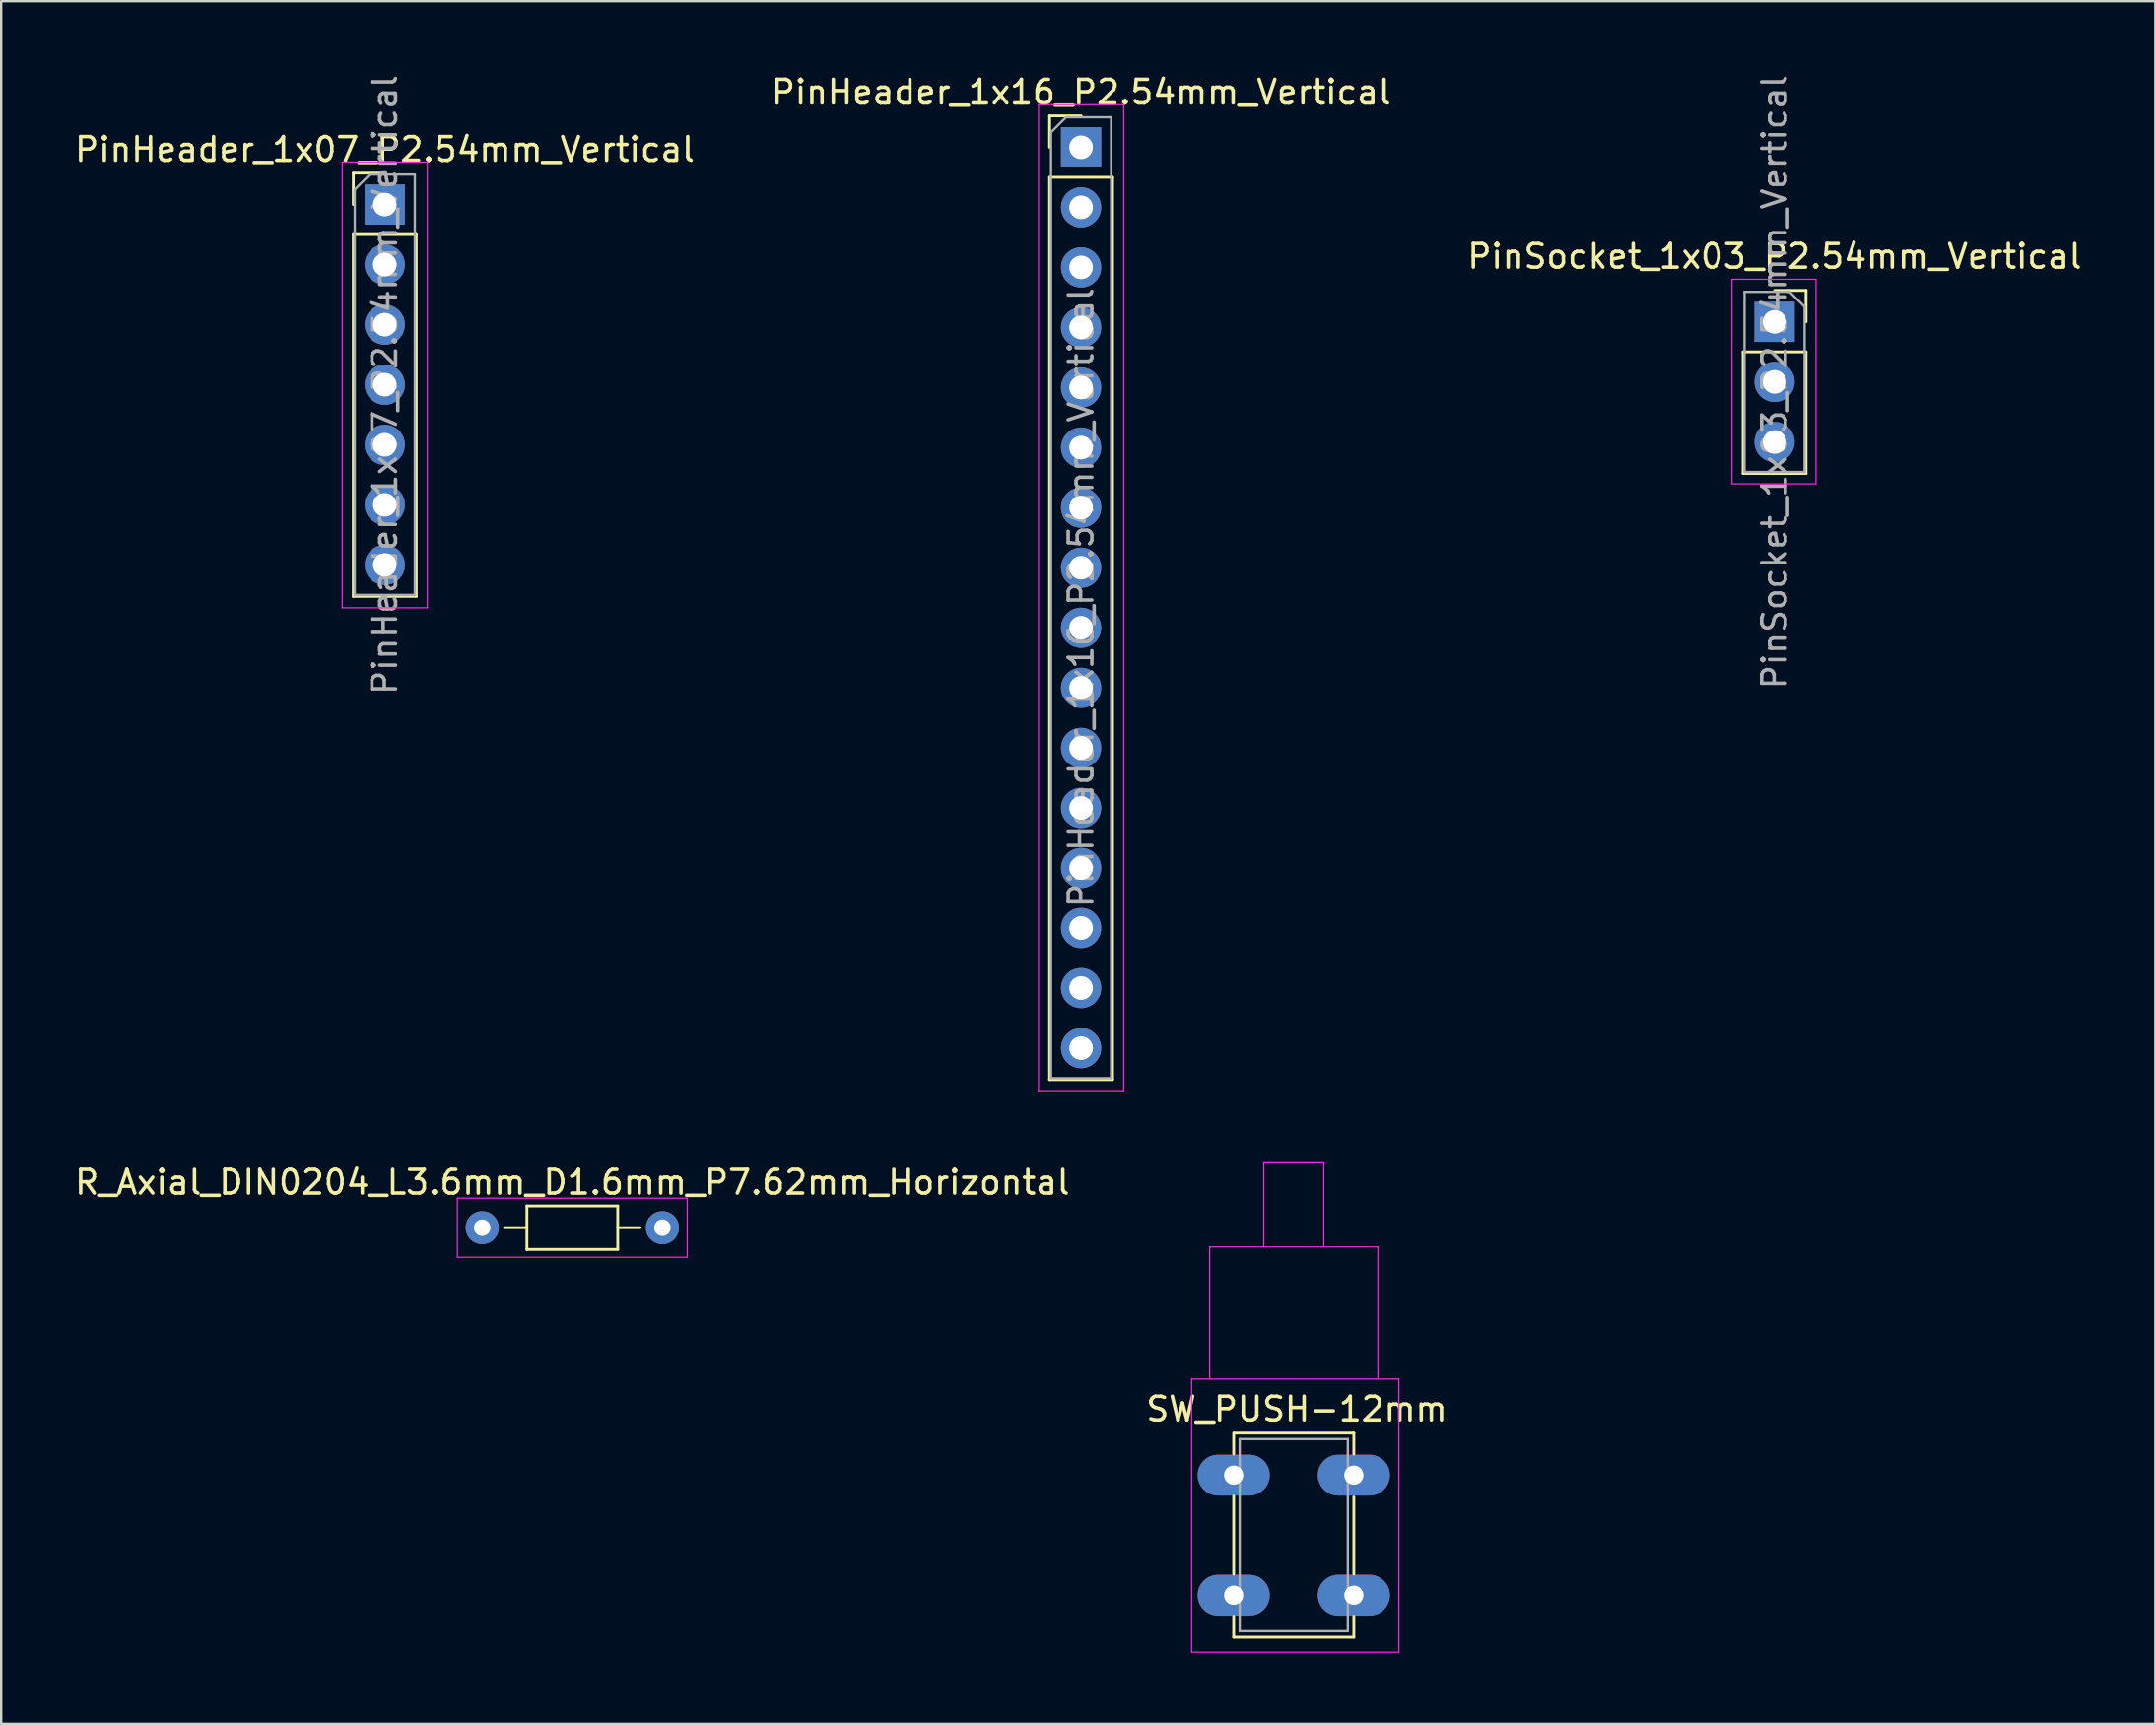
<source format=kicad_pcb>
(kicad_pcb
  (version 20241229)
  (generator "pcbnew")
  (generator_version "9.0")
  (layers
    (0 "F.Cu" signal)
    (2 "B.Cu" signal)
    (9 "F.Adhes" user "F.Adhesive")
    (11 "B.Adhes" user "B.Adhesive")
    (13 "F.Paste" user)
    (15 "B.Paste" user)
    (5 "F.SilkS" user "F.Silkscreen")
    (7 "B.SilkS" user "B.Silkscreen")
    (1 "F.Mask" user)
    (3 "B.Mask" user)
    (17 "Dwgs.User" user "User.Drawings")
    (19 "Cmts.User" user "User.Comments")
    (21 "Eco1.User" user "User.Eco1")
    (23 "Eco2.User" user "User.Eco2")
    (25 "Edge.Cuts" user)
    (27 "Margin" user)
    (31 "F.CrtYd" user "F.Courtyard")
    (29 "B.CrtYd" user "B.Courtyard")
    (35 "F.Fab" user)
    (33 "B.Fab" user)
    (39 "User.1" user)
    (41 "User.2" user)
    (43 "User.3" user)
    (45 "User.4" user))
  (footprint "SW_PUSH-12mm"
    (layer "F.Cu")
    (at 49.113 59.337)
    (property "Reference" "SW_PUSH-12mm" (at 2.667 -2.794 0) (layer "F.SilkS") (effects (font (size 1 1) (thickness 0.15))))
    (attr through_hole)
    (fp_line (start 0 -0.889) (end 0 -1.778) (stroke (width 0.12) (type solid)) (layer "F.SilkS"))
    (fp_line (start 0 4.191) (end 0 0.889) (stroke (width 0.12) (type solid)) (layer "F.SilkS"))
    (fp_line (start 0 6.858) (end 0 5.969) (stroke (width 0.12) (type solid)) (layer "F.SilkS"))
    (fp_line (start 0.019 -1.778) (end 5.08 -1.778) (stroke (width 0.12) (type solid)) (layer "F.SilkS"))
    (fp_line (start 5.08 -1.778) (end 5.08 -0.889) (stroke (width 0.12) (type solid)) (layer "F.SilkS"))
    (fp_line (start 5.08 0.924) (end 5.08 4.191) (stroke (width 0.12) (type solid)) (layer "F.SilkS"))
    (fp_line (start 5.08 5.969) (end 5.08 6.858) (stroke (width 0.12) (type solid)) (layer "F.SilkS"))
    (fp_line (start 5.08 6.858) (end 0 6.858) (stroke (width 0.12) (type solid)) (layer "F.SilkS"))
    (fp_line (start -1.778 -4.064) (end -1.778 7.493) (stroke (width 0.05) (type solid)) (layer "F.CrtYd"))
    (fp_line (start -1.778 -4.064) (end 6.985 -4.064) (stroke (width 0.051) (type solid)) (layer "F.CrtYd"))
    (fp_line (start -1.016 -9.652) (end 6.096 -9.652) (stroke (width 0.051) (type solid)) (layer "F.CrtYd"))
    (fp_line (start -1.016 -4.064) (end -1.016 -9.652) (stroke (width 0.051) (type solid)) (layer "F.CrtYd"))
    (fp_line (start 1.27 -13.208) (end 3.81 -13.208) (stroke (width 0.051) (type solid)) (layer "F.CrtYd"))
    (fp_line (start 1.27 -9.652) (end 1.27 -13.208) (stroke (width 0.051) (type solid)) (layer "F.CrtYd"))
    (fp_line (start 3.81 -13.208) (end 3.81 -9.652) (stroke (width 0.051) (type solid)) (layer "F.CrtYd"))
    (fp_line (start 6.096 -4.064) (end 6.096 -9.652) (stroke (width 0.051) (type solid)) (layer "F.CrtYd"))
    (fp_line (start 6.985 7.493) (end -1.778 7.493) (stroke (width 0.05) (type solid)) (layer "F.CrtYd"))
    (fp_line (start 6.985 7.493) (end 6.985 -4.064) (stroke (width 0.05) (type solid)) (layer "F.CrtYd"))
    (fp_line (start 0.254 -1.524) (end 0.254 6.604) (stroke (width 0.1) (type solid)) (layer "F.Fab"))
    (fp_line (start 0.254 -1.524) (end 4.826 -1.524) (stroke (width 0.1) (type solid)) (layer "F.Fab"))
    (fp_line (start 0.254 6.604) (end 4.826 6.604) (stroke (width 0.1) (type solid)) (layer "F.Fab"))
    (fp_line (start 4.826 -1.524) (end 4.826 6.604) (stroke (width 0.1) (type solid)) (layer "F.Fab"))
    (pad "1" thru_hole oval (at 0 0) (size 3.048 1.727) (drill 0.813) (layers "*.Cu" "*.Mask"))
    (pad "1" thru_hole oval (at 5.08 0) (size 3.048 1.727) (drill 0.813) (layers "*.Cu" "*.Mask"))
    (pad "2" thru_hole oval (at 0 5.08) (size 3.048 1.727) (drill 0.813) (layers "*.Cu" "*.Mask"))
    (pad "2" thru_hole oval (at 5.08 5.08) (size 3.048 1.727) (drill 0.813) (layers "*.Cu" "*.Mask")))
  (footprint "PinHeader_1x07_P2.54mm_Vertical"
    (layer "F.Cu")
    (at 13.22 5.6)
    (property "Reference" "PinHeader_1x07_P2.54mm_Vertical" (at 0 -2.33 0) (layer "F.SilkS") (effects (font (size 1 1) (thickness 0.15))))
    (attr through_hole)
    (fp_line (start -1.33 -1.33) (end 0 -1.33) (stroke (width 0.12) (type solid)) (layer "F.SilkS"))
    (fp_line (start -1.33 0) (end -1.33 -1.33) (stroke (width 0.12) (type solid)) (layer "F.SilkS"))
    (fp_line (start -1.33 1.27) (end -1.33 16.57) (stroke (width 0.12) (type solid)) (layer "F.SilkS"))
    (fp_line (start -1.33 1.27) (end 1.33 1.27) (stroke (width 0.12) (type solid)) (layer "F.SilkS"))
    (fp_line (start -1.33 16.57) (end 1.33 16.57) (stroke (width 0.12) (type solid)) (layer "F.SilkS"))
    (fp_line (start 1.33 1.27) (end 1.33 16.57) (stroke (width 0.12) (type solid)) (layer "F.SilkS"))
    (fp_line (start -1.8 -1.8) (end -1.8 17.05) (stroke (width 0.05) (type solid)) (layer "F.CrtYd"))
    (fp_line (start -1.8 17.05) (end 1.8 17.05) (stroke (width 0.05) (type solid)) (layer "F.CrtYd"))
    (fp_line (start 1.8 -1.8) (end -1.8 -1.8) (stroke (width 0.05) (type solid)) (layer "F.CrtYd"))
    (fp_line (start 1.8 17.05) (end 1.8 -1.8) (stroke (width 0.05) (type solid)) (layer "F.CrtYd"))
    (fp_line (start -1.27 -0.635) (end -0.635 -1.27) (stroke (width 0.1) (type solid)) (layer "F.Fab"))
    (fp_line (start -1.27 16.51) (end -1.27 -0.635) (stroke (width 0.1) (type solid)) (layer "F.Fab"))
    (fp_line (start -0.635 -1.27) (end 1.27 -1.27) (stroke (width 0.1) (type solid)) (layer "F.Fab"))
    (fp_line (start 1.27 -1.27) (end 1.27 16.51) (stroke (width 0.1) (type solid)) (layer "F.Fab"))
    (fp_line (start 1.27 16.51) (end -1.27 16.51) (stroke (width 0.1) (type solid)) (layer "F.Fab"))
    (fp_text user "${REFERENCE}" (at 0 7.62 90) (layer "F.Fab") (effects (font (size 1 1) (thickness 0.15))))
    (pad "1" thru_hole rect (at 0 0) (size 1.7 1.7) (drill 1) (layers "*.Cu" "*.Mask"))
    (pad "2" thru_hole oval (at 0 2.54) (size 1.7 1.7) (drill 1) (layers "*.Cu" "*.Mask"))
    (pad "3" thru_hole oval (at 0 5.08) (size 1.7 1.7) (drill 1) (layers "*.Cu" "*.Mask"))
    (pad "4" thru_hole oval (at 0 7.62) (size 1.7 1.7) (drill 1) (layers "*.Cu" "*.Mask"))
    (pad "5" thru_hole oval (at 0 10.16) (size 1.7 1.7) (drill 1) (layers "*.Cu" "*.Mask"))
    (pad "6" thru_hole oval (at 0 12.7) (size 1.7 1.7) (drill 1) (layers "*.Cu" "*.Mask"))
    (pad "7" thru_hole oval (at 0 15.24) (size 1.7 1.7) (drill 1) (layers "*.Cu" "*.Mask")))
  (footprint "PinHeader_1x16_P2.54mm_Vertical"
    (layer "F.Cu")
    (at 42.661 3.178)
    (property "Reference" "PinHeader_1x16_P2.54mm_Vertical" (at 0 -2.33 0) (layer "F.SilkS") (effects (font (size 1 1) (thickness 0.15))))
    (attr through_hole)
    (fp_line (start -1.33 -1.33) (end 0 -1.33) (stroke (width 0.12) (type solid)) (layer "F.SilkS"))
    (fp_line (start -1.33 0) (end -1.33 -1.33) (stroke (width 0.12) (type solid)) (layer "F.SilkS"))
    (fp_line (start -1.33 1.27) (end -1.33 39.43) (stroke (width 0.12) (type solid)) (layer "F.SilkS"))
    (fp_line (start -1.33 1.27) (end 1.33 1.27) (stroke (width 0.12) (type solid)) (layer "F.SilkS"))
    (fp_line (start -1.33 39.43) (end 1.33 39.43) (stroke (width 0.12) (type solid)) (layer "F.SilkS"))
    (fp_line (start 1.33 1.27) (end 1.33 39.43) (stroke (width 0.12) (type solid)) (layer "F.SilkS"))
    (fp_line (start -1.8 -1.8) (end -1.8 39.9) (stroke (width 0.05) (type solid)) (layer "F.CrtYd"))
    (fp_line (start -1.8 39.9) (end 1.8 39.9) (stroke (width 0.05) (type solid)) (layer "F.CrtYd"))
    (fp_line (start 1.8 -1.8) (end -1.8 -1.8) (stroke (width 0.05) (type solid)) (layer "F.CrtYd"))
    (fp_line (start 1.8 39.9) (end 1.8 -1.8) (stroke (width 0.05) (type solid)) (layer "F.CrtYd"))
    (fp_line (start -1.27 -0.635) (end -0.635 -1.27) (stroke (width 0.1) (type solid)) (layer "F.Fab"))
    (fp_line (start -1.27 39.37) (end -1.27 -0.635) (stroke (width 0.1) (type solid)) (layer "F.Fab"))
    (fp_line (start -0.635 -1.27) (end 1.27 -1.27) (stroke (width 0.1) (type solid)) (layer "F.Fab"))
    (fp_line (start 1.27 -1.27) (end 1.27 39.37) (stroke (width 0.1) (type solid)) (layer "F.Fab"))
    (fp_line (start 1.27 39.37) (end -1.27 39.37) (stroke (width 0.1) (type solid)) (layer "F.Fab"))
    (fp_text user "${REFERENCE}" (at 0 19.05 90) (layer "F.Fab") (effects (font (size 1 1) (thickness 0.15))))
    (pad "1" thru_hole rect (at 0 0) (size 1.7 1.7) (drill 1) (layers "*.Cu" "*.Mask"))
    (pad "2" thru_hole oval (at 0 2.54) (size 1.7 1.7) (drill 1) (layers "*.Cu" "*.Mask"))
    (pad "3" thru_hole oval (at 0 5.08) (size 1.7 1.7) (drill 1) (layers "*.Cu" "*.Mask"))
    (pad "4" thru_hole oval (at 0 7.62) (size 1.7 1.7) (drill 1) (layers "*.Cu" "*.Mask"))
    (pad "5" thru_hole oval (at 0 10.16) (size 1.7 1.7) (drill 1) (layers "*.Cu" "*.Mask"))
    (pad "6" thru_hole oval (at 0 12.7) (size 1.7 1.7) (drill 1) (layers "*.Cu" "*.Mask"))
    (pad "7" thru_hole oval (at 0 15.24) (size 1.7 1.7) (drill 1) (layers "*.Cu" "*.Mask"))
    (pad "8" thru_hole oval (at 0 17.78) (size 1.7 1.7) (drill 1) (layers "*.Cu" "*.Mask"))
    (pad "9" thru_hole oval (at 0 20.32) (size 1.7 1.7) (drill 1) (layers "*.Cu" "*.Mask"))
    (pad "10" thru_hole oval (at 0 22.86) (size 1.7 1.7) (drill 1) (layers "*.Cu" "*.Mask"))
    (pad "11" thru_hole oval (at 0 25.4) (size 1.7 1.7) (drill 1) (layers "*.Cu" "*.Mask"))
    (pad "12" thru_hole oval (at 0 27.94) (size 1.7 1.7) (drill 1) (layers "*.Cu" "*.Mask"))
    (pad "13" thru_hole oval (at 0 30.48) (size 1.7 1.7) (drill 1) (layers "*.Cu" "*.Mask"))
    (pad "14" thru_hole oval (at 0 33.02) (size 1.7 1.7) (drill 1) (layers "*.Cu" "*.Mask"))
    (pad "15" thru_hole oval (at 0 35.56) (size 1.7 1.7) (drill 1) (layers "*.Cu" "*.Mask"))
    (pad "16" thru_hole oval (at 0 38.1) (size 1.7 1.7) (drill 1) (layers "*.Cu" "*.Mask")))
  (footprint "R_Axial_DIN0204_L3.6mm_D1.6mm_P7.62mm_Horizontal"
    (layer "F.Cu")
    (at 17.339 48.871)
    (property "Reference" "R_Axial_DIN0204_L3.6mm_D1.6mm_P7.62mm_Horizontal" (at 3.81 -1.92 0) (layer "F.SilkS") (effects (font (size 1 1) (thickness 0.15))))
    (attr through_hole)
    (fp_line (start 0.94 0) (end 1.89 0) (stroke (width 0.12) (type solid)) (layer "F.SilkS"))
    (fp_line (start 1.89 -0.92) (end 1.89 0.92) (stroke (width 0.12) (type solid)) (layer "F.SilkS"))
    (fp_line (start 1.89 0.92) (end 5.73 0.92) (stroke (width 0.12) (type solid)) (layer "F.SilkS"))
    (fp_line (start 5.73 -0.92) (end 1.89 -0.92) (stroke (width 0.12) (type solid)) (layer "F.SilkS"))
    (fp_line (start 5.73 0.92) (end 5.73 -0.92) (stroke (width 0.12) (type solid)) (layer "F.SilkS"))
    (fp_line (start 6.68 0) (end 5.73 0) (stroke (width 0.12) (type solid)) (layer "F.SilkS"))
    (fp_line (start -1.05 -1.25) (end -1.05 1.25) (stroke (width 0.05) (type solid)) (layer "F.CrtYd"))
    (fp_line (start -1.05 1.25) (end 8.67 1.25) (stroke (width 0.05) (type solid)) (layer "F.CrtYd"))
    (fp_line (start 8.67 -1.25) (end -1.05 -1.25) (stroke (width 0.05) (type solid)) (layer "F.CrtYd"))
    (fp_line (start 8.67 1.25) (end 8.67 -1.25) (stroke (width 0.05) (type solid)) (layer "F.CrtYd"))
    (pad "1" thru_hole circle (at 0 0) (size 1.4 1.4) (drill 0.7) (layers "*.Cu" "*.Mask"))
    (pad "2" thru_hole oval (at 7.62 0) (size 1.4 1.4) (drill 0.7) (layers "*.Cu" "*.Mask")))
  (footprint "PinSocket_1x03_P2.54mm_Vertical"
    (layer "F.Cu")
    (at 71.982 10.561)
    (property "Reference" "PinSocket_1x03_P2.54mm_Vertical" (at 0 -2.77 0) (layer "F.SilkS") (effects (font (size 1 1) (thickness 0.15))))
    (attr through_hole)
    (fp_line (start -1.33 1.27) (end -1.33 6.41) (stroke (width 0.12) (type solid)) (layer "F.SilkS"))
    (fp_line (start -1.33 1.27) (end 1.33 1.27) (stroke (width 0.12) (type solid)) (layer "F.SilkS"))
    (fp_line (start -1.33 6.41) (end 1.33 6.41) (stroke (width 0.12) (type solid)) (layer "F.SilkS"))
    (fp_line (start 0 -1.33) (end 1.33 -1.33) (stroke (width 0.12) (type solid)) (layer "F.SilkS"))
    (fp_line (start 1.33 -1.33) (end 1.33 0) (stroke (width 0.12) (type solid)) (layer "F.SilkS"))
    (fp_line (start 1.33 1.27) (end 1.33 6.41) (stroke (width 0.12) (type solid)) (layer "F.SilkS"))
    (fp_line (start -1.8 -1.8) (end 1.75 -1.8) (stroke (width 0.05) (type solid)) (layer "F.CrtYd"))
    (fp_line (start -1.8 6.85) (end -1.8 -1.8) (stroke (width 0.05) (type solid)) (layer "F.CrtYd"))
    (fp_line (start 1.75 -1.8) (end 1.75 6.85) (stroke (width 0.05) (type solid)) (layer "F.CrtYd"))
    (fp_line (start 1.75 6.85) (end -1.8 6.85) (stroke (width 0.05) (type solid)) (layer "F.CrtYd"))
    (fp_line (start -1.27 -1.27) (end 0.635 -1.27) (stroke (width 0.1) (type solid)) (layer "F.Fab"))
    (fp_line (start -1.27 6.35) (end -1.27 -1.27) (stroke (width 0.1) (type solid)) (layer "F.Fab"))
    (fp_line (start 0.635 -1.27) (end 1.27 -0.635) (stroke (width 0.1) (type solid)) (layer "F.Fab"))
    (fp_line (start 1.27 -0.635) (end 1.27 6.35) (stroke (width 0.1) (type solid)) (layer "F.Fab"))
    (fp_line (start 1.27 6.35) (end -1.27 6.35) (stroke (width 0.1) (type solid)) (layer "F.Fab"))
    (fp_text user "${REFERENCE}" (at 0 2.54 90) (layer "F.Fab") (effects (font (size 1 1) (thickness 0.15))))
    (pad "1" thru_hole rect (at 0 0) (size 1.7 1.7) (drill 1) (layers "*.Cu" "*.Mask"))
    (pad "2" thru_hole oval (at 0 2.54) (size 1.7 1.7) (drill 1) (layers "*.Cu" "*.Mask"))
    (pad "3" thru_hole oval (at 0 5.08) (size 1.7 1.7) (drill 1) (layers "*.Cu" "*.Mask")))
  (gr_rect
    (start -3 -3)
    (end 88.083 69.855)
    (stroke (width 0.1) (type default))
    (fill no)
    (layer "Edge.Cuts")))
</source>
